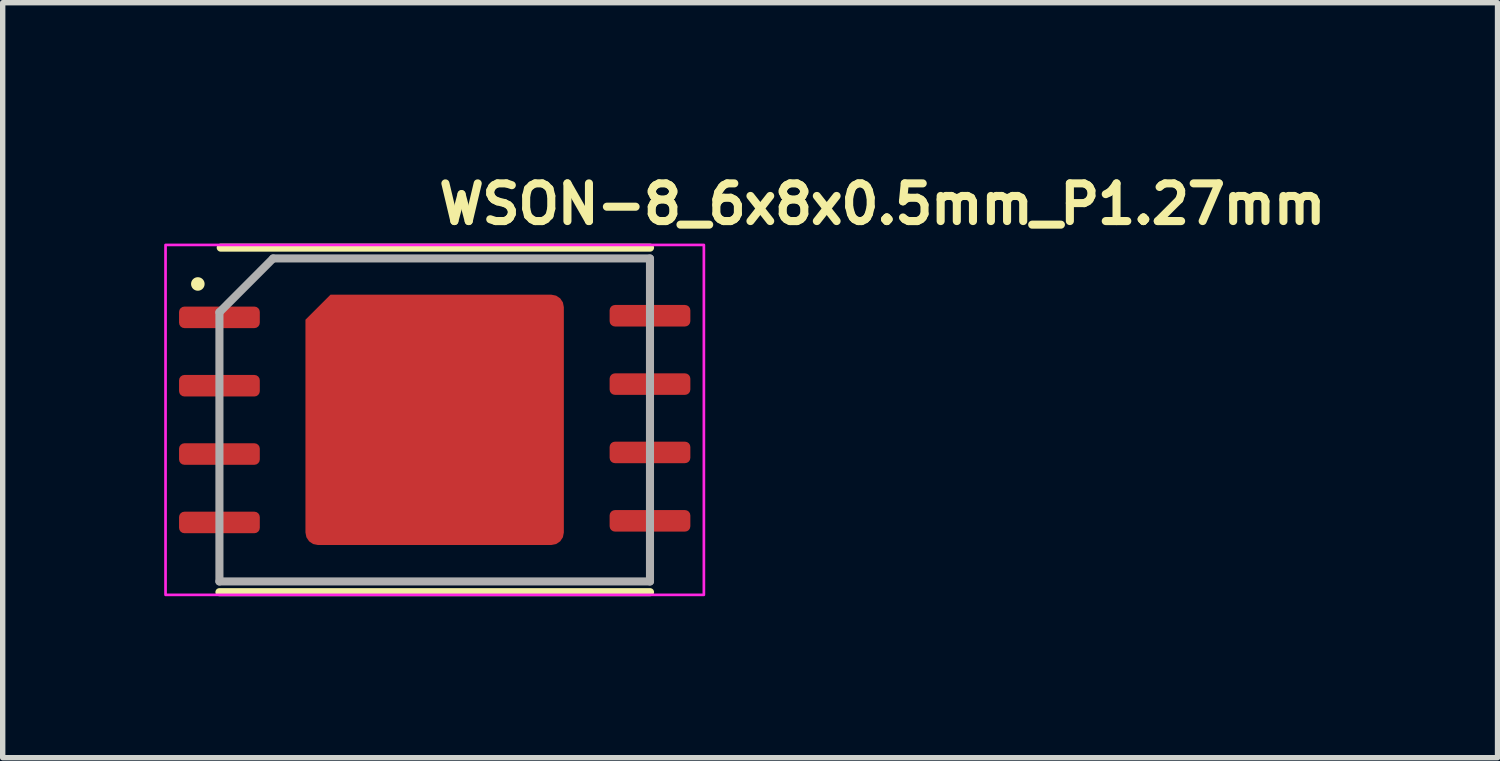
<source format=kicad_pcb>
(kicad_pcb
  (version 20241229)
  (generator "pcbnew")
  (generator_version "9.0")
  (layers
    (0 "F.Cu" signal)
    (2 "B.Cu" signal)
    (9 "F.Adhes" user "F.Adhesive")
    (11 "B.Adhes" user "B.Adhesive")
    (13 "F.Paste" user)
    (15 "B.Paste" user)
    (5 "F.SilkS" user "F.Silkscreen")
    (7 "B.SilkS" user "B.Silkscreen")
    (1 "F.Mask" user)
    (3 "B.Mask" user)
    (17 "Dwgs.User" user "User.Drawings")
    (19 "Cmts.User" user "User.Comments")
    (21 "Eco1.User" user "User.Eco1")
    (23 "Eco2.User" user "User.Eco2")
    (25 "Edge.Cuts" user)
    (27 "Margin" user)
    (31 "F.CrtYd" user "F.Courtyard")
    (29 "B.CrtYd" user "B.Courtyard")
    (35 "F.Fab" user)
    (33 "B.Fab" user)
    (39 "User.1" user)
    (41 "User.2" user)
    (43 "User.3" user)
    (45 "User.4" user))
  (footprint "WSON-8_6x8x0.5mm_P1.27mm"
    (layer "F.Cu")
    (at 5.025 4.75)
    (property "Reference" "WSON-8_6x8x0.5mm_P1.27mm" (at 0 -3.6 0) (layer "F.SilkS") (effects (font (size 0.7 0.7) (thickness 0.15)) (justify left bottom)))
    (attr smd)
    (fp_line (start 4 -3.2) (end -3.975 -3.2) (stroke (width 0.15) (type solid)) (layer "F.SilkS"))
    (fp_line (start 4 3.2) (end -3.999 3.2) (stroke (width 0.15) (type solid)) (layer "F.SilkS"))
    (fp_circle (center -4.4 -2.525) (end -4.349 -2.525) (stroke (width 0.15) (type solid)) (fill yes) (layer "F.SilkS"))
    (fp_rect (start -5 -3.25) (end 5 3.25) (stroke (width 0.05) (type solid)) (fill no) (layer "F.CrtYd"))
    (fp_line (start -3.999 3.001) (end -3.999 -2) (stroke (width 0.15) (type solid)) (layer "F.Fab"))
    (fp_line (start -3.002 -2.999) (end -3.999 -2) (stroke (width 0.15) (type solid)) (layer "F.Fab"))
    (fp_line (start -3.002 -2.999) (end 3.999 -2.999) (stroke (width 0.15) (type solid)) (layer "F.Fab"))
    (fp_line (start 3.999 -2.999) (end 3.999 3.001) (stroke (width 0.15) (type solid)) (layer "F.Fab"))
    (fp_line (start 3.999 3.001) (end -3.999 3.001) (stroke (width 0.15) (type solid)) (layer "F.Fab"))
    (fp_rect (start -3.999 -2.998) (end 3.999 2.998) (stroke (width 0.1) (type solid)) (fill no) (layer "User.5"))
    (fp_line (start -3.999 -1.675) (end -3.999 -2.135) (stroke (width 0.02) (type solid)) (layer "User.9"))
    (fp_line (start -3.999 -1.675) (end -3.95 -1.675) (stroke (width 0.02) (type solid)) (layer "User.9"))
    (fp_line (start -3.999 -0.406) (end -3.999 -0.865) (stroke (width 0.02) (type solid)) (layer "User.9"))
    (fp_line (start -3.999 -0.406) (end -3.95 -0.406) (stroke (width 0.02) (type solid)) (layer "User.9"))
    (fp_line (start -3.999 0.865) (end -3.999 0.406) (stroke (width 0.02) (type solid)) (layer "User.9"))
    (fp_line (start -3.999 0.865) (end -3.95 0.865) (stroke (width 0.02) (type solid)) (layer "User.9"))
    (fp_line (start -3.999 2.134) (end -3.999 1.675) (stroke (width 0.02) (type solid)) (layer "User.9"))
    (fp_line (start -3.999 2.134) (end -3.95 2.134) (stroke (width 0.02) (type solid)) (layer "User.9"))
    (fp_line (start -3.95 -2.998) (end -3.95 2.998) (stroke (width 0.02) (type solid)) (layer "User.9"))
    (fp_line (start -3.95 -2.135) (end -3.999 -2.135) (stroke (width 0.02) (type solid)) (layer "User.9"))
    (fp_line (start -3.95 -0.865) (end -3.999 -0.865) (stroke (width 0.02) (type solid)) (layer "User.9"))
    (fp_line (start -3.95 0.406) (end -3.999 0.406) (stroke (width 0.02) (type solid)) (layer "User.9"))
    (fp_line (start -3.95 1.675) (end -3.999 1.675) (stroke (width 0.02) (type solid)) (layer "User.9"))
    (fp_line (start -3.95 2.998) (end 3.95 2.998) (stroke (width 0.02) (type solid)) (layer "User.9"))
    (fp_line (start -3.357 -1.915) (end -3.357 -1.905) (stroke (width 0.02) (type solid)) (layer "User.9"))
    (fp_line (start -3.357 -1.905) (end -3.357 -1.905) (stroke (width 0.02) (type solid)) (layer "User.9"))
    (fp_line (start -3.357 -1.905) (end -3.357 -1.895) (stroke (width 0.02) (type solid)) (layer "User.9"))
    (fp_line (start -3.357 -1.895) (end -3.357 -1.885) (stroke (width 0.02) (type solid)) (layer "User.9"))
    (fp_line (start -3.357 -1.927) (end -3.357 -1.915) (stroke (width 0.02) (type solid)) (layer "User.9"))
    (fp_line (start -3.357 -1.885) (end -3.356 -1.875) (stroke (width 0.02) (type solid)) (layer "User.9"))
    (fp_line (start -3.356 -1.935) (end -3.357 -1.927) (stroke (width 0.02) (type solid)) (layer "User.9"))
    (fp_line (start -3.356 -1.875) (end -3.353 -1.867) (stroke (width 0.02) (type solid)) (layer "User.9"))
    (fp_line (start -3.353 -1.944) (end -3.356 -1.935) (stroke (width 0.02) (type solid)) (layer "User.9"))
    (fp_line (start -3.353 -1.867) (end -3.352 -1.855) (stroke (width 0.02) (type solid)) (layer "User.9"))
    (fp_line (start -3.352 -1.956) (end -3.353 -1.944) (stroke (width 0.02) (type solid)) (layer "User.9"))
    (fp_line (start -3.352 -1.855) (end -3.349 -1.847) (stroke (width 0.02) (type solid)) (layer "User.9"))
    (fp_line (start -3.349 -1.964) (end -3.352 -1.956) (stroke (width 0.02) (type solid)) (layer "User.9"))
    (fp_line (start -3.349 -1.847) (end -3.345 -1.837) (stroke (width 0.02) (type solid)) (layer "User.9"))
    (fp_line (start -3.345 -1.974) (end -3.349 -1.964) (stroke (width 0.02) (type solid)) (layer "User.9"))
    (fp_line (start -3.345 -1.837) (end -3.341 -1.829) (stroke (width 0.02) (type solid)) (layer "User.9"))
    (fp_line (start -3.341 -1.982) (end -3.345 -1.974) (stroke (width 0.02) (type solid)) (layer "User.9"))
    (fp_line (start -3.341 -1.829) (end -3.338 -1.819) (stroke (width 0.02) (type solid)) (layer "User.9"))
    (fp_line (start -3.338 -1.992) (end -3.341 -1.982) (stroke (width 0.02) (type solid)) (layer "User.9"))
    (fp_line (start -3.338 -1.819) (end -3.333 -1.812) (stroke (width 0.02) (type solid)) (layer "User.9"))
    (fp_line (start -3.333 -2) (end -3.338 -1.992) (stroke (width 0.02) (type solid)) (layer "User.9"))
    (fp_line (start -3.333 -1.812) (end -3.329 -1.802) (stroke (width 0.02) (type solid)) (layer "User.9"))
    (fp_line (start -3.329 -2.009) (end -3.333 -2) (stroke (width 0.02) (type solid)) (layer "User.9"))
    (fp_line (start -3.329 -1.802) (end -3.324 -1.796) (stroke (width 0.02) (type solid)) (layer "User.9"))
    (fp_line (start -3.324 -2.015) (end -3.329 -2.009) (stroke (width 0.02) (type solid)) (layer "User.9"))
    (fp_line (start -3.324 -1.796) (end -3.318 -1.786) (stroke (width 0.02) (type solid)) (layer "User.9"))
    (fp_line (start -3.318 -2.025) (end -3.324 -2.015) (stroke (width 0.02) (type solid)) (layer "User.9"))
    (fp_line (start -3.318 -1.786) (end -3.312 -1.78) (stroke (width 0.02) (type solid)) (layer "User.9"))
    (fp_line (start -3.312 -2.03) (end -3.318 -2.025) (stroke (width 0.02) (type solid)) (layer "User.9"))
    (fp_line (start -3.312 -1.78) (end -3.307 -1.772) (stroke (width 0.02) (type solid)) (layer "User.9"))
    (fp_line (start -3.307 -2.038) (end -3.312 -2.03) (stroke (width 0.02) (type solid)) (layer "User.9"))
    (fp_line (start -3.307 -1.772) (end -3.3 -1.766) (stroke (width 0.02) (type solid)) (layer "User.9"))
    (fp_line (start -3.3 -2.046) (end -3.307 -2.038) (stroke (width 0.02) (type solid)) (layer "User.9"))
    (fp_line (start -3.3 -1.766) (end -3.293 -1.76) (stroke (width 0.02) (type solid)) (layer "User.9"))
    (fp_line (start -3.293 -2.051) (end -3.3 -2.046) (stroke (width 0.02) (type solid)) (layer "User.9"))
    (fp_line (start -3.293 -1.76) (end -3.287 -1.754) (stroke (width 0.02) (type solid)) (layer "User.9"))
    (fp_line (start -3.287 -2.058) (end -3.293 -2.051) (stroke (width 0.02) (type solid)) (layer "User.9"))
    (fp_line (start -3.287 -1.754) (end -3.28 -1.748) (stroke (width 0.02) (type solid)) (layer "User.9"))
    (fp_line (start -3.28 -2.063) (end -3.287 -2.058) (stroke (width 0.02) (type solid)) (layer "User.9"))
    (fp_line (start -3.28 -1.748) (end -3.272 -1.742) (stroke (width 0.02) (type solid)) (layer "User.9"))
    (fp_line (start -3.272 -2.07) (end -3.28 -2.063) (stroke (width 0.02) (type solid)) (layer "User.9"))
    (fp_line (start -3.272 -1.742) (end -3.264 -1.736) (stroke (width 0.02) (type solid)) (layer "User.9"))
    (fp_line (start -3.264 -2.075) (end -3.272 -2.07) (stroke (width 0.02) (type solid)) (layer "User.9"))
    (fp_line (start -3.264 -1.736) (end -3.256 -1.732) (stroke (width 0.02) (type solid)) (layer "User.9"))
    (fp_line (start -3.256 -2.079) (end -3.264 -2.075) (stroke (width 0.02) (type solid)) (layer "User.9"))
    (fp_line (start -3.256 -1.732) (end -3.247 -1.728) (stroke (width 0.02) (type solid)) (layer "User.9"))
    (fp_line (start -3.247 -2.083) (end -3.256 -2.079) (stroke (width 0.02) (type solid)) (layer "User.9"))
    (fp_line (start -3.247 -1.728) (end -3.237 -1.724) (stroke (width 0.02) (type solid)) (layer "User.9"))
    (fp_line (start -3.237 -2.087) (end -3.247 -2.083) (stroke (width 0.02) (type solid)) (layer "User.9"))
    (fp_line (start -3.237 -1.724) (end -3.228 -1.72) (stroke (width 0.02) (type solid)) (layer "User.9"))
    (fp_line (start -3.228 -2.091) (end -3.237 -2.087) (stroke (width 0.02) (type solid)) (layer "User.9"))
    (fp_line (start -3.228 -1.72) (end -3.219 -1.718) (stroke (width 0.02) (type solid)) (layer "User.9"))
    (fp_line (start -3.219 -2.094) (end -3.228 -2.091) (stroke (width 0.02) (type solid)) (layer "User.9"))
    (fp_line (start -3.219 -1.718) (end -3.209 -1.714) (stroke (width 0.02) (type solid)) (layer "User.9"))
    (fp_line (start -3.209 -2.096) (end -3.219 -2.094) (stroke (width 0.02) (type solid)) (layer "User.9"))
    (fp_line (start -3.209 -1.714) (end -3.2 -1.712) (stroke (width 0.02) (type solid)) (layer "User.9"))
    (fp_line (start -3.2 -2.099) (end -3.209 -2.096) (stroke (width 0.02) (type solid)) (layer "User.9"))
    (fp_line (start -3.2 -1.712) (end -3.191 -1.71) (stroke (width 0.02) (type solid)) (layer "User.9"))
    (fp_line (start -3.191 -2.102) (end -3.2 -2.099) (stroke (width 0.02) (type solid)) (layer "User.9"))
    (fp_line (start -3.191 -1.71) (end -3.18 -1.708) (stroke (width 0.02) (type solid)) (layer "User.9"))
    (fp_line (start -3.18 -2.103) (end -3.191 -2.102) (stroke (width 0.02) (type solid)) (layer "User.9"))
    (fp_line (start -3.18 -1.708) (end -3.171 -1.708) (stroke (width 0.02) (type solid)) (layer "User.9"))
    (fp_line (start -3.171 -2.103) (end -3.18 -2.103) (stroke (width 0.02) (type solid)) (layer "User.9"))
    (fp_line (start -3.171 -1.708) (end -3.162 -1.708) (stroke (width 0.02) (type solid)) (layer "User.9"))
    (fp_line (start -3.162 -2.103) (end -3.171 -2.103) (stroke (width 0.02) (type solid)) (layer "User.9"))
    (fp_line (start -3.162 -2.103) (end -3.162 -2.103) (stroke (width 0.02) (type solid)) (layer "User.9"))
    (fp_line (start -3.162 -1.708) (end -3.162 -1.708) (stroke (width 0.02) (type solid)) (layer "User.9"))
    (fp_line (start -3.162 -1.708) (end -3.151 -1.708) (stroke (width 0.02) (type solid)) (layer "User.9"))
    (fp_line (start -3.151 -2.103) (end -3.162 -2.103) (stroke (width 0.02) (type solid)) (layer "User.9"))
    (fp_line (start -3.151 -1.708) (end -3.14 -1.708) (stroke (width 0.02) (type solid)) (layer "User.9"))
    (fp_line (start -3.14 -2.103) (end -3.151 -2.103) (stroke (width 0.02) (type solid)) (layer "User.9"))
    (fp_line (start -3.14 -1.708) (end -3.131 -1.71) (stroke (width 0.02) (type solid)) (layer "User.9"))
    (fp_line (start -3.131 -2.102) (end -3.14 -2.103) (stroke (width 0.02) (type solid)) (layer "User.9"))
    (fp_line (start -3.131 -1.71) (end -3.122 -1.712) (stroke (width 0.02) (type solid)) (layer "User.9"))
    (fp_line (start -3.122 -2.099) (end -3.131 -2.102) (stroke (width 0.02) (type solid)) (layer "User.9"))
    (fp_line (start -3.122 -1.712) (end -3.111 -1.714) (stroke (width 0.02) (type solid)) (layer "User.9"))
    (fp_line (start -3.111 -2.096) (end -3.122 -2.099) (stroke (width 0.02) (type solid)) (layer "User.9"))
    (fp_line (start -3.111 -1.714) (end -3.102 -1.718) (stroke (width 0.02) (type solid)) (layer "User.9"))
    (fp_line (start -3.102 -2.094) (end -3.111 -2.096) (stroke (width 0.02) (type solid)) (layer "User.9"))
    (fp_line (start -3.102 -1.718) (end -3.092 -1.72) (stroke (width 0.02) (type solid)) (layer "User.9"))
    (fp_line (start -3.092 -2.091) (end -3.102 -2.094) (stroke (width 0.02) (type solid)) (layer "User.9"))
    (fp_line (start -3.092 -1.72) (end -3.083 -1.724) (stroke (width 0.02) (type solid)) (layer "User.9"))
    (fp_line (start -3.083 -2.087) (end -3.092 -2.091) (stroke (width 0.02) (type solid)) (layer "User.9"))
    (fp_line (start -3.083 -1.724) (end -3.075 -1.728) (stroke (width 0.02) (type solid)) (layer "User.9"))
    (fp_line (start -3.075 -2.083) (end -3.083 -2.087) (stroke (width 0.02) (type solid)) (layer "User.9"))
    (fp_line (start -3.075 -1.728) (end -3.066 -1.732) (stroke (width 0.02) (type solid)) (layer "User.9"))
    (fp_line (start -3.066 -2.079) (end -3.075 -2.083) (stroke (width 0.02) (type solid)) (layer "User.9"))
    (fp_line (start -3.066 -1.732) (end -3.058 -1.736) (stroke (width 0.02) (type solid)) (layer "User.9"))
    (fp_line (start -3.058 -2.075) (end -3.066 -2.079) (stroke (width 0.02) (type solid)) (layer "User.9"))
    (fp_line (start -3.058 -1.736) (end -3.05 -1.742) (stroke (width 0.02) (type solid)) (layer "User.9"))
    (fp_line (start -3.05 -2.07) (end -3.058 -2.075) (stroke (width 0.02) (type solid)) (layer "User.9"))
    (fp_line (start -3.05 -1.742) (end -3.042 -1.748) (stroke (width 0.02) (type solid)) (layer "User.9"))
    (fp_line (start -3.042 -2.063) (end -3.05 -2.07) (stroke (width 0.02) (type solid)) (layer "User.9"))
    (fp_line (start -3.042 -1.748) (end -3.035 -1.754) (stroke (width 0.02) (type solid)) (layer "User.9"))
    (fp_line (start -3.035 -2.058) (end -3.042 -2.063) (stroke (width 0.02) (type solid)) (layer "User.9"))
    (fp_line (start -3.035 -1.754) (end -3.029 -1.76) (stroke (width 0.02) (type solid)) (layer "User.9"))
    (fp_line (start -3.029 -2.051) (end -3.035 -2.058) (stroke (width 0.02) (type solid)) (layer "User.9"))
    (fp_line (start -3.029 -1.76) (end -3.022 -1.766) (stroke (width 0.02) (type solid)) (layer "User.9"))
    (fp_line (start -3.022 -2.046) (end -3.029 -2.051) (stroke (width 0.02) (type solid)) (layer "User.9"))
    (fp_line (start -3.022 -1.766) (end -3.014 -1.772) (stroke (width 0.02) (type solid)) (layer "User.9"))
    (fp_line (start -3.014 -2.038) (end -3.022 -2.046) (stroke (width 0.02) (type solid)) (layer "User.9"))
    (fp_line (start -3.014 -1.772) (end -3.009 -1.78) (stroke (width 0.02) (type solid)) (layer "User.9"))
    (fp_line (start -3.009 -2.03) (end -3.014 -2.038) (stroke (width 0.02) (type solid)) (layer "User.9"))
    (fp_line (start -3.009 -1.78) (end -3.002 -1.786) (stroke (width 0.02) (type solid)) (layer "User.9"))
    (fp_line (start -3.002 -2.025) (end -3.009 -2.03) (stroke (width 0.02) (type solid)) (layer "User.9"))
    (fp_line (start -3.002 -1.786) (end -2.997 -1.796) (stroke (width 0.02) (type solid)) (layer "User.9"))
    (fp_line (start -2.997 -2.015) (end -3.002 -2.025) (stroke (width 0.02) (type solid)) (layer "User.9"))
    (fp_line (start -2.997 -1.796) (end -2.993 -1.802) (stroke (width 0.02) (type solid)) (layer "User.9"))
    (fp_line (start -2.993 -2.009) (end -2.997 -2.015) (stroke (width 0.02) (type solid)) (layer "User.9"))
    (fp_line (start -2.993 -1.802) (end -2.986 -1.812) (stroke (width 0.02) (type solid)) (layer "User.9"))
    (fp_line (start -2.986 -2) (end -2.993 -2.009) (stroke (width 0.02) (type solid)) (layer "User.9"))
    (fp_line (start -2.986 -1.812) (end -2.982 -1.819) (stroke (width 0.02) (type solid)) (layer "User.9"))
    (fp_line (start -2.982 -1.992) (end -2.986 -2) (stroke (width 0.02) (type solid)) (layer "User.9"))
    (fp_line (start -2.982 -1.819) (end -2.978 -1.829) (stroke (width 0.02) (type solid)) (layer "User.9"))
    (fp_line (start -2.978 -1.982) (end -2.982 -1.992) (stroke (width 0.02) (type solid)) (layer "User.9"))
    (fp_line (start -2.978 -1.829) (end -2.975 -1.837) (stroke (width 0.02) (type solid)) (layer "User.9"))
    (fp_line (start -2.975 -1.974) (end -2.978 -1.982) (stroke (width 0.02) (type solid)) (layer "User.9"))
    (fp_line (start -2.975 -1.837) (end -2.971 -1.847) (stroke (width 0.02) (type solid)) (layer "User.9"))
    (fp_line (start -2.971 -1.964) (end -2.975 -1.974) (stroke (width 0.02) (type solid)) (layer "User.9"))
    (fp_line (start -2.971 -1.847) (end -2.97 -1.855) (stroke (width 0.02) (type solid)) (layer "User.9"))
    (fp_line (start -2.97 -1.956) (end -2.971 -1.964) (stroke (width 0.02) (type solid)) (layer "User.9"))
    (fp_line (start -2.97 -1.855) (end -2.967 -1.867) (stroke (width 0.02) (type solid)) (layer "User.9"))
    (fp_line (start -2.967 -1.944) (end -2.97 -1.956) (stroke (width 0.02) (type solid)) (layer "User.9"))
    (fp_line (start -2.967 -1.867) (end -2.966 -1.875) (stroke (width 0.02) (type solid)) (layer "User.9"))
    (fp_line (start -2.966 -1.935) (end -2.967 -1.944) (stroke (width 0.02) (type solid)) (layer "User.9"))
    (fp_line (start -2.966 -1.875) (end -2.963 -1.885) (stroke (width 0.02) (type solid)) (layer "User.9"))
    (fp_line (start -2.963 -1.927) (end -2.966 -1.935) (stroke (width 0.02) (type solid)) (layer "User.9"))
    (fp_line (start -2.963 -1.915) (end -2.963 -1.927) (stroke (width 0.02) (type solid)) (layer "User.9"))
    (fp_line (start -2.963 -1.905) (end -2.963 -1.915) (stroke (width 0.02) (type solid)) (layer "User.9"))
    (fp_line (start -2.963 -1.905) (end -2.963 -1.905) (stroke (width 0.02) (type solid)) (layer "User.9"))
    (fp_line (start -2.963 -1.905) (end -2.963 -1.905) (stroke (width 0.02) (type solid)) (layer "User.9"))
    (fp_line (start -2.963 -1.895) (end -2.963 -1.905) (stroke (width 0.02) (type solid)) (layer "User.9"))
    (fp_line (start -2.963 -1.885) (end -2.963 -1.895) (stroke (width 0.02) (type solid)) (layer "User.9"))
    (fp_line (start 3.95 -2.998) (end -3.95 -2.998) (stroke (width 0.02) (type solid)) (layer "User.9"))
    (fp_line (start 3.95 -1.675) (end 3.999 -1.675) (stroke (width 0.02) (type solid)) (layer "User.9"))
    (fp_line (start 3.95 -0.406) (end 3.999 -0.406) (stroke (width 0.02) (type solid)) (layer "User.9"))
    (fp_line (start 3.95 0.865) (end 3.999 0.865) (stroke (width 0.02) (type solid)) (layer "User.9"))
    (fp_line (start 3.95 2.134) (end 3.999 2.134) (stroke (width 0.02) (type solid)) (layer "User.9"))
    (fp_line (start 3.95 2.998) (end 3.95 -2.998) (stroke (width 0.02) (type solid)) (layer "User.9"))
    (fp_line (start 3.999 -2.135) (end 3.95 -2.135) (stroke (width 0.02) (type solid)) (layer "User.9"))
    (fp_line (start 3.999 -2.135) (end 3.999 -1.675) (stroke (width 0.02) (type solid)) (layer "User.9"))
    (fp_line (start 3.999 -0.865) (end 3.95 -0.865) (stroke (width 0.02) (type solid)) (layer "User.9"))
    (fp_line (start 3.999 -0.865) (end 3.999 -0.406) (stroke (width 0.02) (type solid)) (layer "User.9"))
    (fp_line (start 3.999 0.406) (end 3.95 0.406) (stroke (width 0.02) (type solid)) (layer "User.9"))
    (fp_line (start 3.999 0.406) (end 3.999 0.865) (stroke (width 0.02) (type solid)) (layer "User.9"))
    (fp_line (start 3.999 1.675) (end 3.95 1.675) (stroke (width 0.02) (type solid)) (layer "User.9"))
    (fp_line (start 3.999 1.675) (end 3.999 2.134) (stroke (width 0.02) (type solid)) (layer "User.9"))
    (pad "1" smd roundrect (at -3.999 -1.905 270) (size 0.4 1.5) (layers "F.Cu" "F.Mask" "F.Paste") (roundrect_rratio 0.25))
    (pad "2" smd roundrect (at -3.999 -0.635 270) (size 0.4 1.5) (layers "F.Cu" "F.Mask" "F.Paste") (roundrect_rratio 0.25))
    (pad "3" smd roundrect (at -3.999 0.634 270) (size 0.4 1.5) (layers "F.Cu" "F.Mask" "F.Paste") (roundrect_rratio 0.25))
    (pad "4" smd roundrect (at -3.999 1.905 270) (size 0.4 1.5) (layers "F.Cu" "F.Mask" "F.Paste") (roundrect_rratio 0.25))
    (pad "5" smd roundrect (at 3.999 1.875 270) (size 0.4 1.5) (layers "F.Cu" "F.Mask" "F.Paste") (roundrect_rratio 0.25))
    (pad "6" smd roundrect (at 3.999 0.604 270) (size 0.4 1.5) (layers "F.Cu" "F.Mask" "F.Paste") (roundrect_rratio 0.25))
    (pad "7" smd roundrect (at 3.999 -0.665 270) (size 0.4 1.5) (layers "F.Cu" "F.Mask" "F.Paste") (roundrect_rratio 0.25))
    (pad "8" smd roundrect (at 3.999 -1.935 270) (size 0.4 1.5) (layers "F.Cu" "F.Mask" "F.Paste") (roundrect_rratio 0.25))
    (pad "9" smd roundrect (at -0.001 -0.001) (size 4.8 4.65) (layers "F.Cu" "F.Mask" "F.Paste") (roundrect_rratio 0.05) (chamfer_ratio 0.1) (chamfer top_left)))
  (gr_rect
    (start -3 -3)
    (end 24.768 11.025)
    (stroke (width 0.1) (type default))
    (fill no)
    (layer "Edge.Cuts")))
</source>
